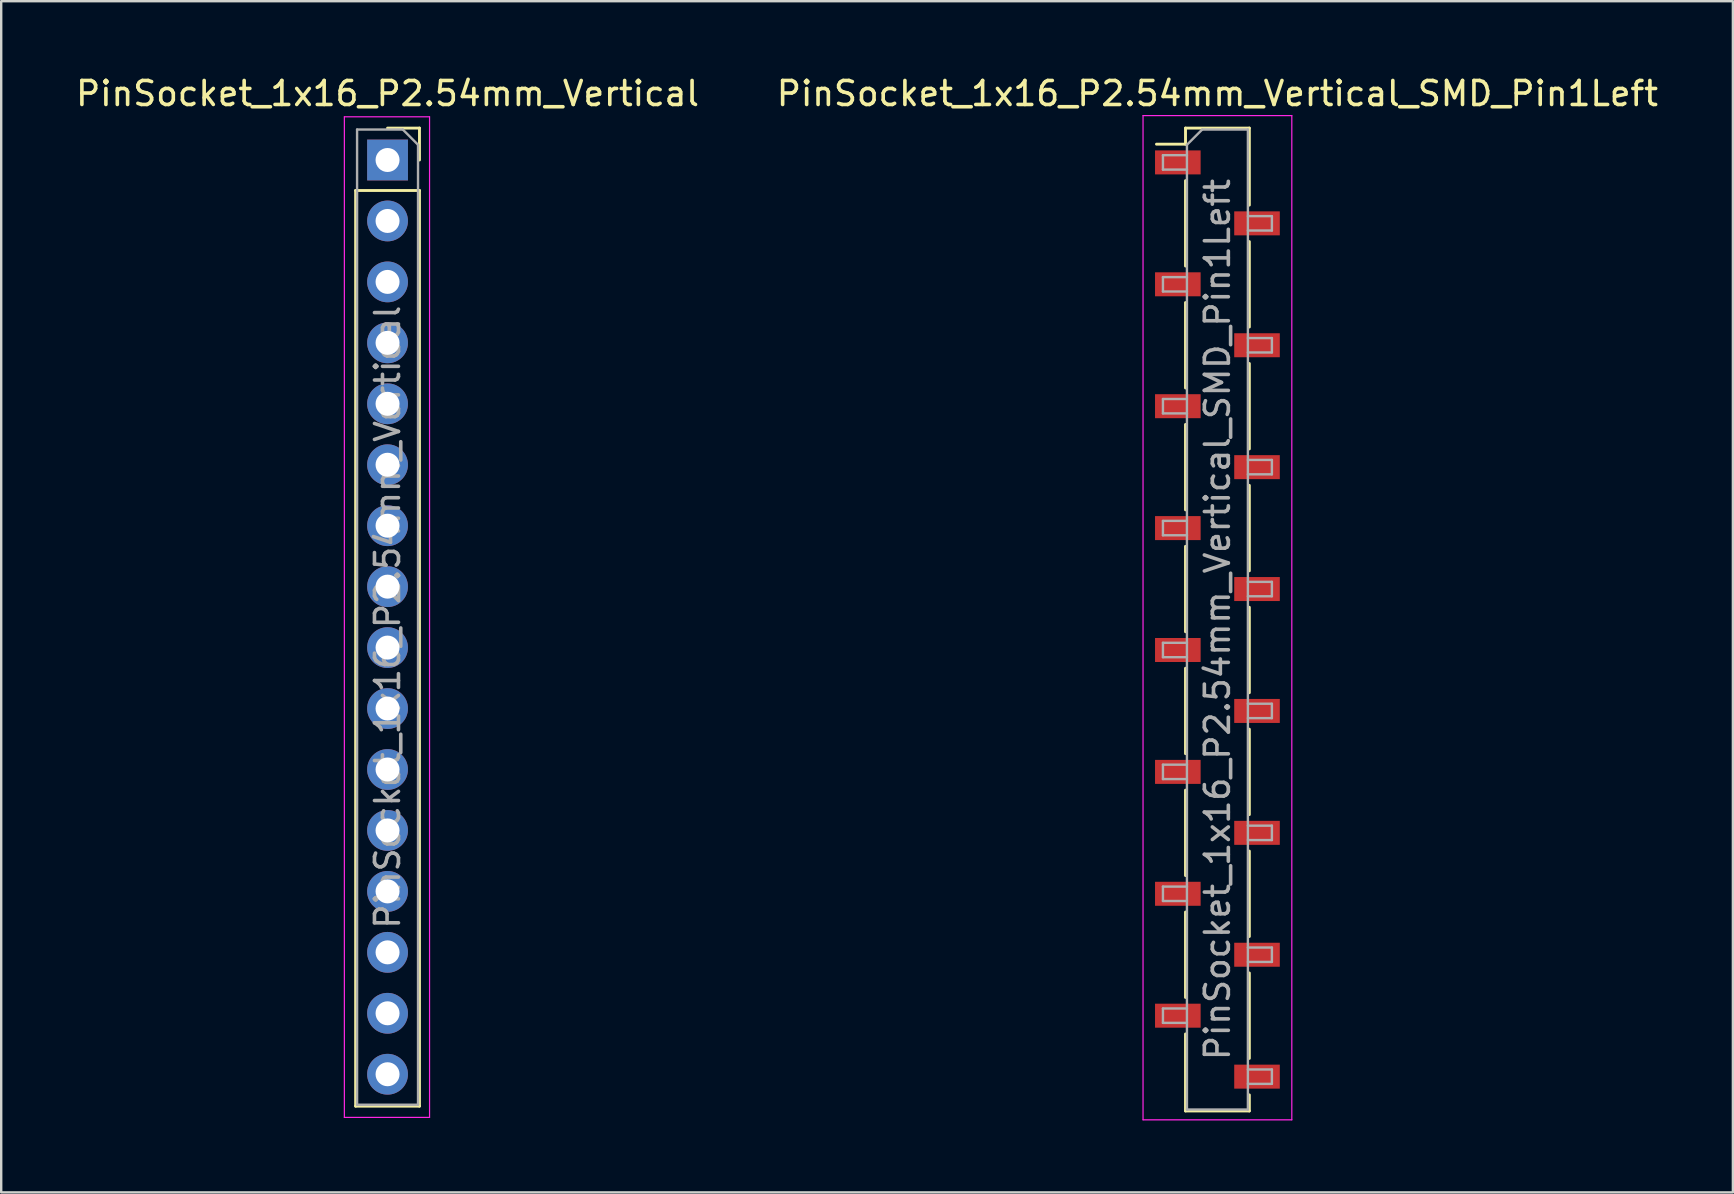
<source format=kicad_pcb>
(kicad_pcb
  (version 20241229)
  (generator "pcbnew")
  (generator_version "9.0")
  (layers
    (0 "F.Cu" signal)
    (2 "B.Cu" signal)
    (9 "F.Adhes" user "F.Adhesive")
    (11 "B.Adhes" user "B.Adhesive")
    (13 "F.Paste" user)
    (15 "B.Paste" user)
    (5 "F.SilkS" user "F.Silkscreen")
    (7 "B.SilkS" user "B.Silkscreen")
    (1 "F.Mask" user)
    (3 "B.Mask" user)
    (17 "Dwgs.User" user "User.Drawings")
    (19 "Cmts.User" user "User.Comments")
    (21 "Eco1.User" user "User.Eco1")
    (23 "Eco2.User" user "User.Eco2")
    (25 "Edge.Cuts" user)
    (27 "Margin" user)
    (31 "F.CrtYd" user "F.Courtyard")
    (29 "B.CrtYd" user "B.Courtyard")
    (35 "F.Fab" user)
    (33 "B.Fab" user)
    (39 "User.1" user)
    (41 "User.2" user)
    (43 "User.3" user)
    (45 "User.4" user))
  (footprint "PinSocket_1x16_P2.54mm_Vertical"
    (layer "F.Cu")
    (at 13.101 3.618)
    (property "Reference" "PinSocket_1x16_P2.54mm_Vertical" (at 0 -2.77 0) (layer "F.SilkS") (effects (font (size 1 1) (thickness 0.15))))
    (attr through_hole)
    (fp_line (start -1.33 1.27) (end -1.33 39.43) (stroke (width 0.12) (type solid)) (layer "F.SilkS"))
    (fp_line (start -1.33 1.27) (end 1.33 1.27) (stroke (width 0.12) (type solid)) (layer "F.SilkS"))
    (fp_line (start -1.33 39.43) (end 1.33 39.43) (stroke (width 0.12) (type solid)) (layer "F.SilkS"))
    (fp_line (start 0 -1.33) (end 1.33 -1.33) (stroke (width 0.12) (type solid)) (layer "F.SilkS"))
    (fp_line (start 1.33 -1.33) (end 1.33 0) (stroke (width 0.12) (type solid)) (layer "F.SilkS"))
    (fp_line (start 1.33 1.27) (end 1.33 39.43) (stroke (width 0.12) (type solid)) (layer "F.SilkS"))
    (fp_line (start -1.8 -1.8) (end 1.75 -1.8) (stroke (width 0.05) (type solid)) (layer "F.CrtYd"))
    (fp_line (start -1.8 39.9) (end -1.8 -1.8) (stroke (width 0.05) (type solid)) (layer "F.CrtYd"))
    (fp_line (start 1.75 -1.8) (end 1.75 39.9) (stroke (width 0.05) (type solid)) (layer "F.CrtYd"))
    (fp_line (start 1.75 39.9) (end -1.8 39.9) (stroke (width 0.05) (type solid)) (layer "F.CrtYd"))
    (fp_line (start -1.27 -1.27) (end 0.635 -1.27) (stroke (width 0.1) (type solid)) (layer "F.Fab"))
    (fp_line (start -1.27 39.37) (end -1.27 -1.27) (stroke (width 0.1) (type solid)) (layer "F.Fab"))
    (fp_line (start 0.635 -1.27) (end 1.27 -0.635) (stroke (width 0.1) (type solid)) (layer "F.Fab"))
    (fp_line (start 1.27 -0.635) (end 1.27 39.37) (stroke (width 0.1) (type solid)) (layer "F.Fab"))
    (fp_line (start 1.27 39.37) (end -1.27 39.37) (stroke (width 0.1) (type solid)) (layer "F.Fab"))
    (fp_text user "${REFERENCE}" (at 0 19.05 90) (layer "F.Fab") (effects (font (size 1 1) (thickness 0.15))))
    (pad "1" thru_hole rect (at 0 0) (size 1.7 1.7) (drill 1) (layers "*.Cu" "*.Mask"))
    (pad "2" thru_hole oval (at 0 2.54) (size 1.7 1.7) (drill 1) (layers "*.Cu" "*.Mask"))
    (pad "3" thru_hole oval (at 0 5.08) (size 1.7 1.7) (drill 1) (layers "*.Cu" "*.Mask"))
    (pad "4" thru_hole oval (at 0 7.62) (size 1.7 1.7) (drill 1) (layers "*.Cu" "*.Mask"))
    (pad "5" thru_hole oval (at 0 10.16) (size 1.7 1.7) (drill 1) (layers "*.Cu" "*.Mask"))
    (pad "6" thru_hole oval (at 0 12.7) (size 1.7 1.7) (drill 1) (layers "*.Cu" "*.Mask"))
    (pad "7" thru_hole oval (at 0 15.24) (size 1.7 1.7) (drill 1) (layers "*.Cu" "*.Mask"))
    (pad "8" thru_hole oval (at 0 17.78) (size 1.7 1.7) (drill 1) (layers "*.Cu" "*.Mask"))
    (pad "9" thru_hole oval (at 0 20.32) (size 1.7 1.7) (drill 1) (layers "*.Cu" "*.Mask"))
    (pad "10" thru_hole oval (at 0 22.86) (size 1.7 1.7) (drill 1) (layers "*.Cu" "*.Mask"))
    (pad "11" thru_hole oval (at 0 25.4) (size 1.7 1.7) (drill 1) (layers "*.Cu" "*.Mask"))
    (pad "12" thru_hole oval (at 0 27.94) (size 1.7 1.7) (drill 1) (layers "*.Cu" "*.Mask"))
    (pad "13" thru_hole oval (at 0 30.48) (size 1.7 1.7) (drill 1) (layers "*.Cu" "*.Mask"))
    (pad "14" thru_hole oval (at 0 33.02) (size 1.7 1.7) (drill 1) (layers "*.Cu" "*.Mask"))
    (pad "15" thru_hole oval (at 0 35.56) (size 1.7 1.7) (drill 1) (layers "*.Cu" "*.Mask"))
    (pad "16" thru_hole oval (at 0 38.1) (size 1.7 1.7) (drill 1) (layers "*.Cu" "*.Mask")))
  (footprint "PinSocket_1x16_P2.54mm_Vertical_SMD_Pin1Left"
    (layer "F.Cu")
    (at 47.685 22.768)
    (property "Reference" "PinSocket_1x16_P2.54mm_Vertical_SMD_Pin1Left" (at 0 -21.92 0) (layer "F.SilkS") (effects (font (size 1 1) (thickness 0.15))))
    (attr smd)
    (fp_line (start -2.54 -19.81) (end -1.33 -19.81) (stroke (width 0.12) (type solid)) (layer "F.SilkS"))
    (fp_line (start -1.33 -20.48) (end -1.33 -19.81) (stroke (width 0.12) (type solid)) (layer "F.SilkS"))
    (fp_line (start -1.33 -20.48) (end 1.33 -20.48) (stroke (width 0.12) (type solid)) (layer "F.SilkS"))
    (fp_line (start -1.33 -18.29) (end -1.33 -14.73) (stroke (width 0.12) (type solid)) (layer "F.SilkS"))
    (fp_line (start -1.33 -13.21) (end -1.33 -9.65) (stroke (width 0.12) (type solid)) (layer "F.SilkS"))
    (fp_line (start -1.33 -8.13) (end -1.33 -4.57) (stroke (width 0.12) (type solid)) (layer "F.SilkS"))
    (fp_line (start -1.33 -3.05) (end -1.33 0.51) (stroke (width 0.12) (type solid)) (layer "F.SilkS"))
    (fp_line (start -1.33 2.03) (end -1.33 5.59) (stroke (width 0.12) (type solid)) (layer "F.SilkS"))
    (fp_line (start -1.33 7.11) (end -1.33 10.67) (stroke (width 0.12) (type solid)) (layer "F.SilkS"))
    (fp_line (start -1.33 12.19) (end -1.33 15.75) (stroke (width 0.12) (type solid)) (layer "F.SilkS"))
    (fp_line (start -1.33 17.27) (end -1.33 20.48) (stroke (width 0.12) (type solid)) (layer "F.SilkS"))
    (fp_line (start -1.33 20.48) (end 1.33 20.48) (stroke (width 0.12) (type solid)) (layer "F.SilkS"))
    (fp_line (start 1.33 -20.48) (end 1.33 -17.27) (stroke (width 0.12) (type solid)) (layer "F.SilkS"))
    (fp_line (start 1.33 -15.75) (end 1.33 -12.19) (stroke (width 0.12) (type solid)) (layer "F.SilkS"))
    (fp_line (start 1.33 -10.67) (end 1.33 -7.11) (stroke (width 0.12) (type solid)) (layer "F.SilkS"))
    (fp_line (start 1.33 -5.59) (end 1.33 -2.03) (stroke (width 0.12) (type solid)) (layer "F.SilkS"))
    (fp_line (start 1.33 -0.51) (end 1.33 3.05) (stroke (width 0.12) (type solid)) (layer "F.SilkS"))
    (fp_line (start 1.33 4.57) (end 1.33 8.13) (stroke (width 0.12) (type solid)) (layer "F.SilkS"))
    (fp_line (start 1.33 9.65) (end 1.33 13.21) (stroke (width 0.12) (type solid)) (layer "F.SilkS"))
    (fp_line (start 1.33 14.73) (end 1.33 18.29) (stroke (width 0.12) (type solid)) (layer "F.SilkS"))
    (fp_line (start 1.33 19.81) (end 1.33 20.48) (stroke (width 0.12) (type solid)) (layer "F.SilkS"))
    (fp_line (start -3.1 -21) (end 3.1 -21) (stroke (width 0.05) (type solid)) (layer "F.CrtYd"))
    (fp_line (start -3.1 20.85) (end -3.1 -21) (stroke (width 0.05) (type solid)) (layer "F.CrtYd"))
    (fp_line (start 3.1 -21) (end 3.1 20.85) (stroke (width 0.05) (type solid)) (layer "F.CrtYd"))
    (fp_line (start 3.1 20.85) (end -3.1 20.85) (stroke (width 0.05) (type solid)) (layer "F.CrtYd"))
    (fp_line (start -2.27 -19.35) (end -1.27 -19.35) (stroke (width 0.1) (type solid)) (layer "F.Fab"))
    (fp_line (start -2.27 -18.75) (end -2.27 -19.35) (stroke (width 0.1) (type solid)) (layer "F.Fab"))
    (fp_line (start -2.27 -14.27) (end -1.27 -14.27) (stroke (width 0.1) (type solid)) (layer "F.Fab"))
    (fp_line (start -2.27 -13.67) (end -2.27 -14.27) (stroke (width 0.1) (type solid)) (layer "F.Fab"))
    (fp_line (start -2.27 -9.19) (end -1.27 -9.19) (stroke (width 0.1) (type solid)) (layer "F.Fab"))
    (fp_line (start -2.27 -8.59) (end -2.27 -9.19) (stroke (width 0.1) (type solid)) (layer "F.Fab"))
    (fp_line (start -2.27 -4.11) (end -1.27 -4.11) (stroke (width 0.1) (type solid)) (layer "F.Fab"))
    (fp_line (start -2.27 -3.51) (end -2.27 -4.11) (stroke (width 0.1) (type solid)) (layer "F.Fab"))
    (fp_line (start -2.27 0.97) (end -1.27 0.97) (stroke (width 0.1) (type solid)) (layer "F.Fab"))
    (fp_line (start -2.27 1.57) (end -2.27 0.97) (stroke (width 0.1) (type solid)) (layer "F.Fab"))
    (fp_line (start -2.27 6.05) (end -1.27 6.05) (stroke (width 0.1) (type solid)) (layer "F.Fab"))
    (fp_line (start -2.27 6.65) (end -2.27 6.05) (stroke (width 0.1) (type solid)) (layer "F.Fab"))
    (fp_line (start -2.27 11.13) (end -1.27 11.13) (stroke (width 0.1) (type solid)) (layer "F.Fab"))
    (fp_line (start -2.27 11.73) (end -2.27 11.13) (stroke (width 0.1) (type solid)) (layer "F.Fab"))
    (fp_line (start -2.27 16.21) (end -1.27 16.21) (stroke (width 0.1) (type solid)) (layer "F.Fab"))
    (fp_line (start -2.27 16.81) (end -2.27 16.21) (stroke (width 0.1) (type solid)) (layer "F.Fab"))
    (fp_line (start -1.27 -19.785) (end -0.635 -20.42) (stroke (width 0.1) (type solid)) (layer "F.Fab"))
    (fp_line (start -1.27 -18.75) (end -2.27 -18.75) (stroke (width 0.1) (type solid)) (layer "F.Fab"))
    (fp_line (start -1.27 -13.67) (end -2.27 -13.67) (stroke (width 0.1) (type solid)) (layer "F.Fab"))
    (fp_line (start -1.27 -8.59) (end -2.27 -8.59) (stroke (width 0.1) (type solid)) (layer "F.Fab"))
    (fp_line (start -1.27 -3.51) (end -2.27 -3.51) (stroke (width 0.1) (type solid)) (layer "F.Fab"))
    (fp_line (start -1.27 1.57) (end -2.27 1.57) (stroke (width 0.1) (type solid)) (layer "F.Fab"))
    (fp_line (start -1.27 6.65) (end -2.27 6.65) (stroke (width 0.1) (type solid)) (layer "F.Fab"))
    (fp_line (start -1.27 11.73) (end -2.27 11.73) (stroke (width 0.1) (type solid)) (layer "F.Fab"))
    (fp_line (start -1.27 16.81) (end -2.27 16.81) (stroke (width 0.1) (type solid)) (layer "F.Fab"))
    (fp_line (start -1.27 20.42) (end -1.27 -19.785) (stroke (width 0.1) (type solid)) (layer "F.Fab"))
    (fp_line (start -0.635 -20.42) (end 1.27 -20.42) (stroke (width 0.1) (type solid)) (layer "F.Fab"))
    (fp_line (start 1.27 -20.42) (end 1.27 20.42) (stroke (width 0.1) (type solid)) (layer "F.Fab"))
    (fp_line (start 1.27 -16.81) (end 2.27 -16.81) (stroke (width 0.1) (type solid)) (layer "F.Fab"))
    (fp_line (start 1.27 -11.73) (end 2.27 -11.73) (stroke (width 0.1) (type solid)) (layer "F.Fab"))
    (fp_line (start 1.27 -6.65) (end 2.27 -6.65) (stroke (width 0.1) (type solid)) (layer "F.Fab"))
    (fp_line (start 1.27 -1.57) (end 2.27 -1.57) (stroke (width 0.1) (type solid)) (layer "F.Fab"))
    (fp_line (start 1.27 3.51) (end 2.27 3.51) (stroke (width 0.1) (type solid)) (layer "F.Fab"))
    (fp_line (start 1.27 8.59) (end 2.27 8.59) (stroke (width 0.1) (type solid)) (layer "F.Fab"))
    (fp_line (start 1.27 13.67) (end 2.27 13.67) (stroke (width 0.1) (type solid)) (layer "F.Fab"))
    (fp_line (start 1.27 18.75) (end 2.27 18.75) (stroke (width 0.1) (type solid)) (layer "F.Fab"))
    (fp_line (start 1.27 20.42) (end -1.27 20.42) (stroke (width 0.1) (type solid)) (layer "F.Fab"))
    (fp_line (start 2.27 -16.81) (end 2.27 -16.21) (stroke (width 0.1) (type solid)) (layer "F.Fab"))
    (fp_line (start 2.27 -16.21) (end 1.27 -16.21) (stroke (width 0.1) (type solid)) (layer "F.Fab"))
    (fp_line (start 2.27 -11.73) (end 2.27 -11.13) (stroke (width 0.1) (type solid)) (layer "F.Fab"))
    (fp_line (start 2.27 -11.13) (end 1.27 -11.13) (stroke (width 0.1) (type solid)) (layer "F.Fab"))
    (fp_line (start 2.27 -6.65) (end 2.27 -6.05) (stroke (width 0.1) (type solid)) (layer "F.Fab"))
    (fp_line (start 2.27 -6.05) (end 1.27 -6.05) (stroke (width 0.1) (type solid)) (layer "F.Fab"))
    (fp_line (start 2.27 -1.57) (end 2.27 -0.97) (stroke (width 0.1) (type solid)) (layer "F.Fab"))
    (fp_line (start 2.27 -0.97) (end 1.27 -0.97) (stroke (width 0.1) (type solid)) (layer "F.Fab"))
    (fp_line (start 2.27 3.51) (end 2.27 4.11) (stroke (width 0.1) (type solid)) (layer "F.Fab"))
    (fp_line (start 2.27 4.11) (end 1.27 4.11) (stroke (width 0.1) (type solid)) (layer "F.Fab"))
    (fp_line (start 2.27 8.59) (end 2.27 9.19) (stroke (width 0.1) (type solid)) (layer "F.Fab"))
    (fp_line (start 2.27 9.19) (end 1.27 9.19) (stroke (width 0.1) (type solid)) (layer "F.Fab"))
    (fp_line (start 2.27 13.67) (end 2.27 14.27) (stroke (width 0.1) (type solid)) (layer "F.Fab"))
    (fp_line (start 2.27 14.27) (end 1.27 14.27) (stroke (width 0.1) (type solid)) (layer "F.Fab"))
    (fp_line (start 2.27 18.75) (end 2.27 19.35) (stroke (width 0.1) (type solid)) (layer "F.Fab"))
    (fp_line (start 2.27 19.35) (end 1.27 19.35) (stroke (width 0.1) (type solid)) (layer "F.Fab"))
    (fp_text user "${REFERENCE}" (at 0 0 90) (layer "F.Fab") (effects (font (size 1 1) (thickness 0.15))))
    (pad "1" smd rect (at -1.65 -19.05) (size 1.9 1) (layers "F.Cu" "F.Mask" "F.Paste"))
    (pad "2" smd rect (at 1.65 -16.51) (size 1.9 1) (layers "F.Cu" "F.Mask" "F.Paste"))
    (pad "3" smd rect (at -1.65 -13.97) (size 1.9 1) (layers "F.Cu" "F.Mask" "F.Paste"))
    (pad "4" smd rect (at 1.65 -11.43) (size 1.9 1) (layers "F.Cu" "F.Mask" "F.Paste"))
    (pad "5" smd rect (at -1.65 -8.89) (size 1.9 1) (layers "F.Cu" "F.Mask" "F.Paste"))
    (pad "6" smd rect (at 1.65 -6.35) (size 1.9 1) (layers "F.Cu" "F.Mask" "F.Paste"))
    (pad "7" smd rect (at -1.65 -3.81) (size 1.9 1) (layers "F.Cu" "F.Mask" "F.Paste"))
    (pad "8" smd rect (at 1.65 -1.27) (size 1.9 1) (layers "F.Cu" "F.Mask" "F.Paste"))
    (pad "9" smd rect (at -1.65 1.27) (size 1.9 1) (layers "F.Cu" "F.Mask" "F.Paste"))
    (pad "10" smd rect (at 1.65 3.81) (size 1.9 1) (layers "F.Cu" "F.Mask" "F.Paste"))
    (pad "11" smd rect (at -1.65 6.35) (size 1.9 1) (layers "F.Cu" "F.Mask" "F.Paste"))
    (pad "12" smd rect (at 1.65 8.89) (size 1.9 1) (layers "F.Cu" "F.Mask" "F.Paste"))
    (pad "13" smd rect (at -1.65 11.43) (size 1.9 1) (layers "F.Cu" "F.Mask" "F.Paste"))
    (pad "14" smd rect (at 1.65 13.97) (size 1.9 1) (layers "F.Cu" "F.Mask" "F.Paste"))
    (pad "15" smd rect (at -1.65 16.51) (size 1.9 1) (layers "F.Cu" "F.Mask" "F.Paste"))
    (pad "16" smd rect (at 1.65 19.05) (size 1.9 1) (layers "F.Cu" "F.Mask" "F.Paste")))
  (gr_rect
    (start -3 -3)
    (end 69.167 46.643)
    (stroke (width 0.1) (type default))
    (fill no)
    (layer "Edge.Cuts")))
</source>
